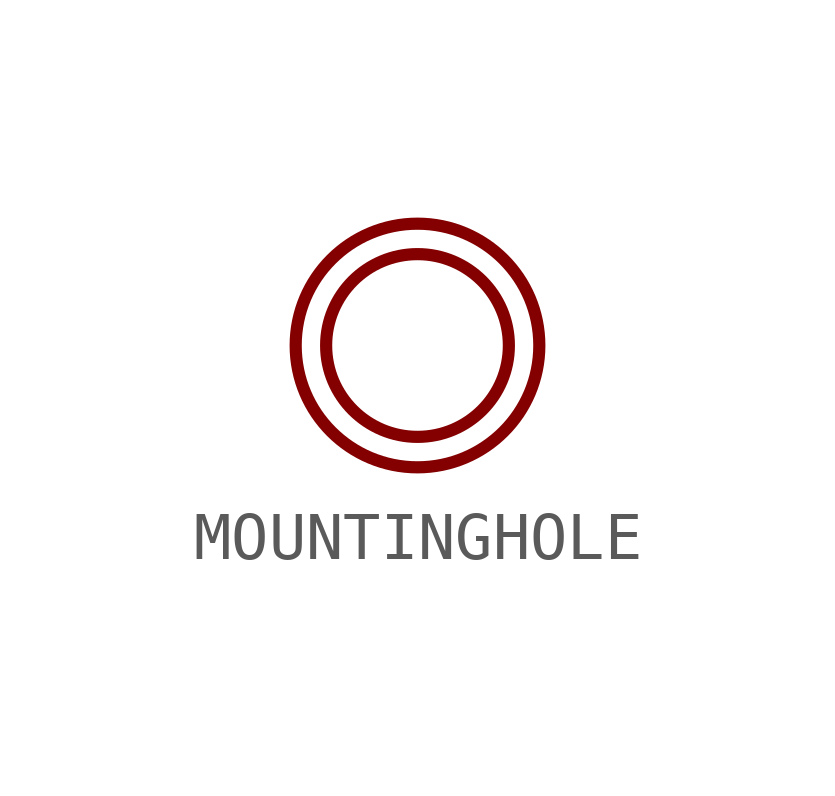
<source format=kicad_sym>
(kicad_symbol_lib
  (version 20211014)
  (generator kicad_symbol_editor)
  (symbol "MOUNTINGHOLE"
    (property "Reference" ""
      (at 0 0 0)
      (effects (font (size 1.27 1.27)) hide))
    (property "ki_locked" ""
      (at 0 0 0)
      (effects (font (size 1.27 1.27))))
    (symbol "MOUNTINGHOLE_1_0"
      (circle (center 0 0) (radius 1.905) (stroke (width 0.254) (type default) (color 0 0 0 0)) (fill (type none)))
      (circle (center 0 0) (radius 2.54) (stroke (width 0.254) (type default) (color 0 0 0 0)) (fill (type none))))))
</source>
